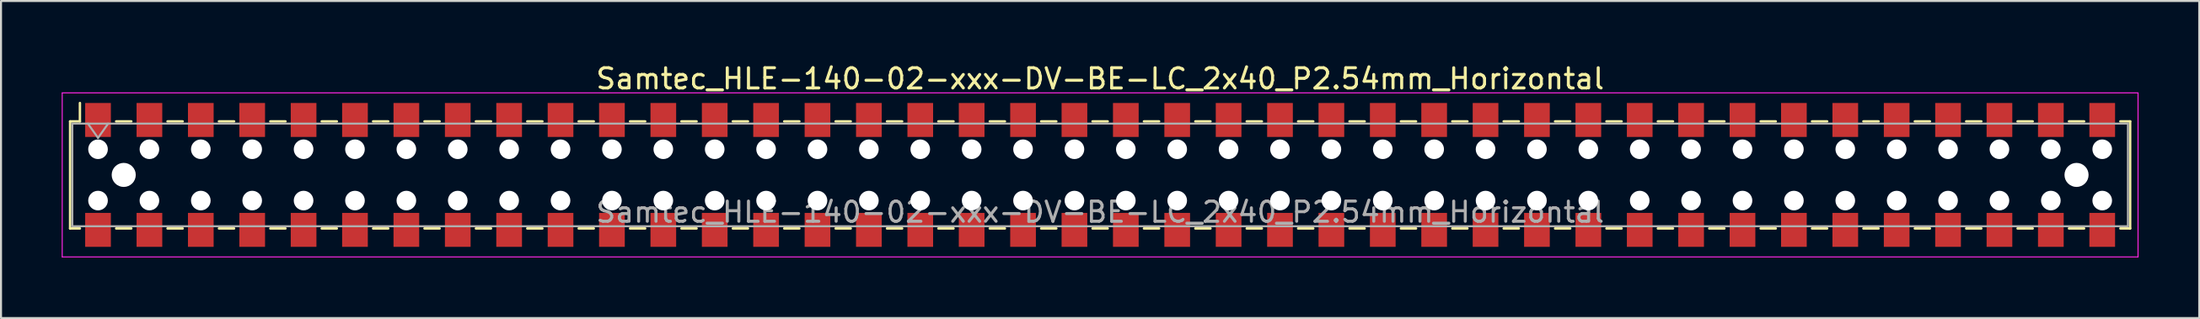
<source format=kicad_pcb>
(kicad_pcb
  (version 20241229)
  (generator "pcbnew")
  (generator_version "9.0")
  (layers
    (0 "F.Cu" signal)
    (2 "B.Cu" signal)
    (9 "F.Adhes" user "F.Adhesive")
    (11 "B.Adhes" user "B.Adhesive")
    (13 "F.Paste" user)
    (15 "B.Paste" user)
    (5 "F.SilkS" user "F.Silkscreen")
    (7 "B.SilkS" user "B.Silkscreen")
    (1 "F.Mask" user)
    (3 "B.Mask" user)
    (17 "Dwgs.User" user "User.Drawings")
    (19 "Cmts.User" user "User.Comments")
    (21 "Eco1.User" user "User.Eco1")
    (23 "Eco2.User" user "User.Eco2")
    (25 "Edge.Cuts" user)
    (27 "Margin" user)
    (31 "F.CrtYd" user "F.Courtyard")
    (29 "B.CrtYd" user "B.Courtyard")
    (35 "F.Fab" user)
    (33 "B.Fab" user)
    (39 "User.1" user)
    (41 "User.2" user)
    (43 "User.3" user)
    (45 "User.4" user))
  (footprint "Samtec_HLE-140-02-xxx-DV-BE-LC_2x40_P2.54mm_Horizontal"
    (layer "F.Cu")
    (at 51.325 5.608)
    (property "Reference" "Samtec_HLE-140-02-xxx-DV-BE-LC_2x40_P2.54mm_Horizontal" (at 0 -4.76 0) (layer "F.SilkS") (effects (font (size 1 1) (thickness 0.15))))
    (attr smd)
    (fp_line (start -50.91 -2.65) (end -50.91 2.65) (stroke (width 0.12) (type solid)) (layer "F.SilkS"))
    (fp_line (start -50.91 2.65) (end -50.425 2.65) (stroke (width 0.12) (type solid)) (layer "F.SilkS"))
    (fp_line (start -50.425 -3.56) (end -50.425 -2.65) (stroke (width 0.12) (type solid)) (layer "F.SilkS"))
    (fp_line (start -50.425 -2.65) (end -50.91 -2.65) (stroke (width 0.12) (type solid)) (layer "F.SilkS"))
    (fp_line (start -48.635 -2.65) (end -47.885 -2.65) (stroke (width 0.12) (type solid)) (layer "F.SilkS"))
    (fp_line (start -48.635 2.65) (end -47.885 2.65) (stroke (width 0.12) (type solid)) (layer "F.SilkS"))
    (fp_line (start -46.095 -2.65) (end -45.345 -2.65) (stroke (width 0.12) (type solid)) (layer "F.SilkS"))
    (fp_line (start -46.095 2.65) (end -45.345 2.65) (stroke (width 0.12) (type solid)) (layer "F.SilkS"))
    (fp_line (start -43.555 -2.65) (end -42.805 -2.65) (stroke (width 0.12) (type solid)) (layer "F.SilkS"))
    (fp_line (start -43.555 2.65) (end -42.805 2.65) (stroke (width 0.12) (type solid)) (layer "F.SilkS"))
    (fp_line (start -41.015 -2.65) (end -40.265 -2.65) (stroke (width 0.12) (type solid)) (layer "F.SilkS"))
    (fp_line (start -41.015 2.65) (end -40.265 2.65) (stroke (width 0.12) (type solid)) (layer "F.SilkS"))
    (fp_line (start -38.475 -2.65) (end -37.725 -2.65) (stroke (width 0.12) (type solid)) (layer "F.SilkS"))
    (fp_line (start -38.475 2.65) (end -37.725 2.65) (stroke (width 0.12) (type solid)) (layer "F.SilkS"))
    (fp_line (start -35.935 -2.65) (end -35.185 -2.65) (stroke (width 0.12) (type solid)) (layer "F.SilkS"))
    (fp_line (start -35.935 2.65) (end -35.185 2.65) (stroke (width 0.12) (type solid)) (layer "F.SilkS"))
    (fp_line (start -33.395 -2.65) (end -32.645 -2.65) (stroke (width 0.12) (type solid)) (layer "F.SilkS"))
    (fp_line (start -33.395 2.65) (end -32.645 2.65) (stroke (width 0.12) (type solid)) (layer "F.SilkS"))
    (fp_line (start -30.855 -2.65) (end -30.105 -2.65) (stroke (width 0.12) (type solid)) (layer "F.SilkS"))
    (fp_line (start -30.855 2.65) (end -30.105 2.65) (stroke (width 0.12) (type solid)) (layer "F.SilkS"))
    (fp_line (start -28.315 -2.65) (end -27.565 -2.65) (stroke (width 0.12) (type solid)) (layer "F.SilkS"))
    (fp_line (start -28.315 2.65) (end -27.565 2.65) (stroke (width 0.12) (type solid)) (layer "F.SilkS"))
    (fp_line (start -25.775 -2.65) (end -25.025 -2.65) (stroke (width 0.12) (type solid)) (layer "F.SilkS"))
    (fp_line (start -25.775 2.65) (end -25.025 2.65) (stroke (width 0.12) (type solid)) (layer "F.SilkS"))
    (fp_line (start -23.235 -2.65) (end -22.485 -2.65) (stroke (width 0.12) (type solid)) (layer "F.SilkS"))
    (fp_line (start -23.235 2.65) (end -22.485 2.65) (stroke (width 0.12) (type solid)) (layer "F.SilkS"))
    (fp_line (start -20.695 -2.65) (end -19.945 -2.65) (stroke (width 0.12) (type solid)) (layer "F.SilkS"))
    (fp_line (start -20.695 2.65) (end -19.945 2.65) (stroke (width 0.12) (type solid)) (layer "F.SilkS"))
    (fp_line (start -18.155 -2.65) (end -17.405 -2.65) (stroke (width 0.12) (type solid)) (layer "F.SilkS"))
    (fp_line (start -18.155 2.65) (end -17.405 2.65) (stroke (width 0.12) (type solid)) (layer "F.SilkS"))
    (fp_line (start -15.615 -2.65) (end -14.865 -2.65) (stroke (width 0.12) (type solid)) (layer "F.SilkS"))
    (fp_line (start -15.615 2.65) (end -14.865 2.65) (stroke (width 0.12) (type solid)) (layer "F.SilkS"))
    (fp_line (start -13.075 -2.65) (end -12.325 -2.65) (stroke (width 0.12) (type solid)) (layer "F.SilkS"))
    (fp_line (start -13.075 2.65) (end -12.325 2.65) (stroke (width 0.12) (type solid)) (layer "F.SilkS"))
    (fp_line (start -10.535 -2.65) (end -9.785 -2.65) (stroke (width 0.12) (type solid)) (layer "F.SilkS"))
    (fp_line (start -10.535 2.65) (end -9.785 2.65) (stroke (width 0.12) (type solid)) (layer "F.SilkS"))
    (fp_line (start -7.995 -2.65) (end -7.245 -2.65) (stroke (width 0.12) (type solid)) (layer "F.SilkS"))
    (fp_line (start -7.995 2.65) (end -7.245 2.65) (stroke (width 0.12) (type solid)) (layer "F.SilkS"))
    (fp_line (start -5.455 -2.65) (end -4.705 -2.65) (stroke (width 0.12) (type solid)) (layer "F.SilkS"))
    (fp_line (start -5.455 2.65) (end -4.705 2.65) (stroke (width 0.12) (type solid)) (layer "F.SilkS"))
    (fp_line (start -2.915 -2.65) (end -2.165 -2.65) (stroke (width 0.12) (type solid)) (layer "F.SilkS"))
    (fp_line (start -2.915 2.65) (end -2.165 2.65) (stroke (width 0.12) (type solid)) (layer "F.SilkS"))
    (fp_line (start -0.375 -2.65) (end 0.375 -2.65) (stroke (width 0.12) (type solid)) (layer "F.SilkS"))
    (fp_line (start -0.375 2.65) (end 0.375 2.65) (stroke (width 0.12) (type solid)) (layer "F.SilkS"))
    (fp_line (start 2.165 -2.65) (end 2.915 -2.65) (stroke (width 0.12) (type solid)) (layer "F.SilkS"))
    (fp_line (start 2.165 2.65) (end 2.915 2.65) (stroke (width 0.12) (type solid)) (layer "F.SilkS"))
    (fp_line (start 4.705 -2.65) (end 5.455 -2.65) (stroke (width 0.12) (type solid)) (layer "F.SilkS"))
    (fp_line (start 4.705 2.65) (end 5.455 2.65) (stroke (width 0.12) (type solid)) (layer "F.SilkS"))
    (fp_line (start 7.245 -2.65) (end 7.995 -2.65) (stroke (width 0.12) (type solid)) (layer "F.SilkS"))
    (fp_line (start 7.245 2.65) (end 7.995 2.65) (stroke (width 0.12) (type solid)) (layer "F.SilkS"))
    (fp_line (start 9.785 -2.65) (end 10.535 -2.65) (stroke (width 0.12) (type solid)) (layer "F.SilkS"))
    (fp_line (start 9.785 2.65) (end 10.535 2.65) (stroke (width 0.12) (type solid)) (layer "F.SilkS"))
    (fp_line (start 12.325 -2.65) (end 13.075 -2.65) (stroke (width 0.12) (type solid)) (layer "F.SilkS"))
    (fp_line (start 12.325 2.65) (end 13.075 2.65) (stroke (width 0.12) (type solid)) (layer "F.SilkS"))
    (fp_line (start 14.865 -2.65) (end 15.615 -2.65) (stroke (width 0.12) (type solid)) (layer "F.SilkS"))
    (fp_line (start 14.865 2.65) (end 15.615 2.65) (stroke (width 0.12) (type solid)) (layer "F.SilkS"))
    (fp_line (start 17.405 -2.65) (end 18.155 -2.65) (stroke (width 0.12) (type solid)) (layer "F.SilkS"))
    (fp_line (start 17.405 2.65) (end 18.155 2.65) (stroke (width 0.12) (type solid)) (layer "F.SilkS"))
    (fp_line (start 19.945 -2.65) (end 20.695 -2.65) (stroke (width 0.12) (type solid)) (layer "F.SilkS"))
    (fp_line (start 19.945 2.65) (end 20.695 2.65) (stroke (width 0.12) (type solid)) (layer "F.SilkS"))
    (fp_line (start 22.485 -2.65) (end 23.235 -2.65) (stroke (width 0.12) (type solid)) (layer "F.SilkS"))
    (fp_line (start 22.485 2.65) (end 23.235 2.65) (stroke (width 0.12) (type solid)) (layer "F.SilkS"))
    (fp_line (start 25.025 -2.65) (end 25.775 -2.65) (stroke (width 0.12) (type solid)) (layer "F.SilkS"))
    (fp_line (start 25.025 2.65) (end 25.775 2.65) (stroke (width 0.12) (type solid)) (layer "F.SilkS"))
    (fp_line (start 27.565 -2.65) (end 28.315 -2.65) (stroke (width 0.12) (type solid)) (layer "F.SilkS"))
    (fp_line (start 27.565 2.65) (end 28.315 2.65) (stroke (width 0.12) (type solid)) (layer "F.SilkS"))
    (fp_line (start 30.105 -2.65) (end 30.855 -2.65) (stroke (width 0.12) (type solid)) (layer "F.SilkS"))
    (fp_line (start 30.105 2.65) (end 30.855 2.65) (stroke (width 0.12) (type solid)) (layer "F.SilkS"))
    (fp_line (start 32.645 -2.65) (end 33.395 -2.65) (stroke (width 0.12) (type solid)) (layer "F.SilkS"))
    (fp_line (start 32.645 2.65) (end 33.395 2.65) (stroke (width 0.12) (type solid)) (layer "F.SilkS"))
    (fp_line (start 35.185 -2.65) (end 35.935 -2.65) (stroke (width 0.12) (type solid)) (layer "F.SilkS"))
    (fp_line (start 35.185 2.65) (end 35.935 2.65) (stroke (width 0.12) (type solid)) (layer "F.SilkS"))
    (fp_line (start 37.725 -2.65) (end 38.475 -2.65) (stroke (width 0.12) (type solid)) (layer "F.SilkS"))
    (fp_line (start 37.725 2.65) (end 38.475 2.65) (stroke (width 0.12) (type solid)) (layer "F.SilkS"))
    (fp_line (start 40.265 -2.65) (end 41.015 -2.65) (stroke (width 0.12) (type solid)) (layer "F.SilkS"))
    (fp_line (start 40.265 2.65) (end 41.015 2.65) (stroke (width 0.12) (type solid)) (layer "F.SilkS"))
    (fp_line (start 42.805 -2.65) (end 43.555 -2.65) (stroke (width 0.12) (type solid)) (layer "F.SilkS"))
    (fp_line (start 42.805 2.65) (end 43.555 2.65) (stroke (width 0.12) (type solid)) (layer "F.SilkS"))
    (fp_line (start 45.345 -2.65) (end 46.095 -2.65) (stroke (width 0.12) (type solid)) (layer "F.SilkS"))
    (fp_line (start 45.345 2.65) (end 46.095 2.65) (stroke (width 0.12) (type solid)) (layer "F.SilkS"))
    (fp_line (start 47.885 -2.65) (end 48.635 -2.65) (stroke (width 0.12) (type solid)) (layer "F.SilkS"))
    (fp_line (start 47.885 2.65) (end 48.635 2.65) (stroke (width 0.12) (type solid)) (layer "F.SilkS"))
    (fp_line (start 50.425 -2.65) (end 50.91 -2.65) (stroke (width 0.12) (type solid)) (layer "F.SilkS"))
    (fp_line (start 50.91 -2.65) (end 50.91 2.65) (stroke (width 0.12) (type solid)) (layer "F.SilkS"))
    (fp_line (start 50.91 2.65) (end 50.425 2.65) (stroke (width 0.12) (type solid)) (layer "F.SilkS"))
    (fp_line (start -51.3 -4.06) (end 51.3 -4.06) (stroke (width 0.05) (type solid)) (layer "F.CrtYd"))
    (fp_line (start -51.3 4.06) (end -51.3 -4.06) (stroke (width 0.05) (type solid)) (layer "F.CrtYd"))
    (fp_line (start 51.3 -4.06) (end 51.3 4.06) (stroke (width 0.05) (type solid)) (layer "F.CrtYd"))
    (fp_line (start 51.3 4.06) (end -51.3 4.06) (stroke (width 0.05) (type solid)) (layer "F.CrtYd"))
    (fp_line (start -50.8 -2.54) (end 50.8 -2.54) (stroke (width 0.1) (type solid)) (layer "F.Fab"))
    (fp_line (start -50.8 2.54) (end -50.8 -2.54) (stroke (width 0.1) (type solid)) (layer "F.Fab"))
    (fp_line (start -50.03 -2.54) (end -49.53 -1.833) (stroke (width 0.1) (type solid)) (layer "F.Fab"))
    (fp_line (start -49.53 -1.833) (end -49.03 -2.54) (stroke (width 0.1) (type solid)) (layer "F.Fab"))
    (fp_line (start 50.8 -2.54) (end 50.8 2.54) (stroke (width 0.1) (type solid)) (layer "F.Fab"))
    (fp_line (start 50.8 2.54) (end -50.8 2.54) (stroke (width 0.1) (type solid)) (layer "F.Fab"))
    (fp_text user "${REFERENCE}" (at 0 1.84 0) (layer "F.Fab") (effects (font (size 1 1) (thickness 0.15))))
    (pad "" np_thru_hole circle (at -49.53 -1.27) (size 0.97 0.97) (drill 0.97) (layers "*.Cu" "*.Mask"))
    (pad "" np_thru_hole circle (at -49.53 1.27) (size 0.97 0.97) (drill 0.97) (layers "*.Cu" "*.Mask"))
    (pad "" np_thru_hole circle (at -48.26 0) (size 1.19 1.19) (drill 1.19) (layers "*.Cu" "*.Mask"))
    (pad "" np_thru_hole circle (at -46.99 -1.27) (size 0.97 0.97) (drill 0.97) (layers "*.Cu" "*.Mask"))
    (pad "" np_thru_hole circle (at -46.99 1.27) (size 0.97 0.97) (drill 0.97) (layers "*.Cu" "*.Mask"))
    (pad "" np_thru_hole circle (at -44.45 -1.27) (size 0.97 0.97) (drill 0.97) (layers "*.Cu" "*.Mask"))
    (pad "" np_thru_hole circle (at -44.45 1.27) (size 0.97 0.97) (drill 0.97) (layers "*.Cu" "*.Mask"))
    (pad "" np_thru_hole circle (at -41.91 -1.27) (size 0.97 0.97) (drill 0.97) (layers "*.Cu" "*.Mask"))
    (pad "" np_thru_hole circle (at -41.91 1.27) (size 0.97 0.97) (drill 0.97) (layers "*.Cu" "*.Mask"))
    (pad "" np_thru_hole circle (at -39.37 -1.27) (size 0.97 0.97) (drill 0.97) (layers "*.Cu" "*.Mask"))
    (pad "" np_thru_hole circle (at -39.37 1.27) (size 0.97 0.97) (drill 0.97) (layers "*.Cu" "*.Mask"))
    (pad "" np_thru_hole circle (at -36.83 -1.27) (size 0.97 0.97) (drill 0.97) (layers "*.Cu" "*.Mask"))
    (pad "" np_thru_hole circle (at -36.83 1.27) (size 0.97 0.97) (drill 0.97) (layers "*.Cu" "*.Mask"))
    (pad "" np_thru_hole circle (at -34.29 -1.27) (size 0.97 0.97) (drill 0.97) (layers "*.Cu" "*.Mask"))
    (pad "" np_thru_hole circle (at -34.29 1.27) (size 0.97 0.97) (drill 0.97) (layers "*.Cu" "*.Mask"))
    (pad "" np_thru_hole circle (at -31.75 -1.27) (size 0.97 0.97) (drill 0.97) (layers "*.Cu" "*.Mask"))
    (pad "" np_thru_hole circle (at -31.75 1.27) (size 0.97 0.97) (drill 0.97) (layers "*.Cu" "*.Mask"))
    (pad "" np_thru_hole circle (at -29.21 -1.27) (size 0.97 0.97) (drill 0.97) (layers "*.Cu" "*.Mask"))
    (pad "" np_thru_hole circle (at -29.21 1.27) (size 0.97 0.97) (drill 0.97) (layers "*.Cu" "*.Mask"))
    (pad "" np_thru_hole circle (at -26.67 -1.27) (size 0.97 0.97) (drill 0.97) (layers "*.Cu" "*.Mask"))
    (pad "" np_thru_hole circle (at -26.67 1.27) (size 0.97 0.97) (drill 0.97) (layers "*.Cu" "*.Mask"))
    (pad "" np_thru_hole circle (at -24.13 -1.27) (size 0.97 0.97) (drill 0.97) (layers "*.Cu" "*.Mask"))
    (pad "" np_thru_hole circle (at -24.13 1.27) (size 0.97 0.97) (drill 0.97) (layers "*.Cu" "*.Mask"))
    (pad "" np_thru_hole circle (at -21.59 -1.27) (size 0.97 0.97) (drill 0.97) (layers "*.Cu" "*.Mask"))
    (pad "" np_thru_hole circle (at -21.59 1.27) (size 0.97 0.97) (drill 0.97) (layers "*.Cu" "*.Mask"))
    (pad "" np_thru_hole circle (at -19.05 -1.27) (size 0.97 0.97) (drill 0.97) (layers "*.Cu" "*.Mask"))
    (pad "" np_thru_hole circle (at -19.05 1.27) (size 0.97 0.97) (drill 0.97) (layers "*.Cu" "*.Mask"))
    (pad "" np_thru_hole circle (at -16.51 -1.27) (size 0.97 0.97) (drill 0.97) (layers "*.Cu" "*.Mask"))
    (pad "" np_thru_hole circle (at -16.51 1.27) (size 0.97 0.97) (drill 0.97) (layers "*.Cu" "*.Mask"))
    (pad "" np_thru_hole circle (at -13.97 -1.27) (size 0.97 0.97) (drill 0.97) (layers "*.Cu" "*.Mask"))
    (pad "" np_thru_hole circle (at -13.97 1.27) (size 0.97 0.97) (drill 0.97) (layers "*.Cu" "*.Mask"))
    (pad "" np_thru_hole circle (at -11.43 -1.27) (size 0.97 0.97) (drill 0.97) (layers "*.Cu" "*.Mask"))
    (pad "" np_thru_hole circle (at -11.43 1.27) (size 0.97 0.97) (drill 0.97) (layers "*.Cu" "*.Mask"))
    (pad "" np_thru_hole circle (at -8.89 -1.27) (size 0.97 0.97) (drill 0.97) (layers "*.Cu" "*.Mask"))
    (pad "" np_thru_hole circle (at -8.89 1.27) (size 0.97 0.97) (drill 0.97) (layers "*.Cu" "*.Mask"))
    (pad "" np_thru_hole circle (at -6.35 -1.27) (size 0.97 0.97) (drill 0.97) (layers "*.Cu" "*.Mask"))
    (pad "" np_thru_hole circle (at -6.35 1.27) (size 0.97 0.97) (drill 0.97) (layers "*.Cu" "*.Mask"))
    (pad "" np_thru_hole circle (at -3.81 -1.27) (size 0.97 0.97) (drill 0.97) (layers "*.Cu" "*.Mask"))
    (pad "" np_thru_hole circle (at -3.81 1.27) (size 0.97 0.97) (drill 0.97) (layers "*.Cu" "*.Mask"))
    (pad "" np_thru_hole circle (at -1.27 -1.27) (size 0.97 0.97) (drill 0.97) (layers "*.Cu" "*.Mask"))
    (pad "" np_thru_hole circle (at -1.27 1.27) (size 0.97 0.97) (drill 0.97) (layers "*.Cu" "*.Mask"))
    (pad "" np_thru_hole circle (at 1.27 -1.27) (size 0.97 0.97) (drill 0.97) (layers "*.Cu" "*.Mask"))
    (pad "" np_thru_hole circle (at 1.27 1.27) (size 0.97 0.97) (drill 0.97) (layers "*.Cu" "*.Mask"))
    (pad "" np_thru_hole circle (at 3.81 -1.27) (size 0.97 0.97) (drill 0.97) (layers "*.Cu" "*.Mask"))
    (pad "" np_thru_hole circle (at 3.81 1.27) (size 0.97 0.97) (drill 0.97) (layers "*.Cu" "*.Mask"))
    (pad "" np_thru_hole circle (at 6.35 -1.27) (size 0.97 0.97) (drill 0.97) (layers "*.Cu" "*.Mask"))
    (pad "" np_thru_hole circle (at 6.35 1.27) (size 0.97 0.97) (drill 0.97) (layers "*.Cu" "*.Mask"))
    (pad "" np_thru_hole circle (at 8.89 -1.27) (size 0.97 0.97) (drill 0.97) (layers "*.Cu" "*.Mask"))
    (pad "" np_thru_hole circle (at 8.89 1.27) (size 0.97 0.97) (drill 0.97) (layers "*.Cu" "*.Mask"))
    (pad "" np_thru_hole circle (at 11.43 -1.27) (size 0.97 0.97) (drill 0.97) (layers "*.Cu" "*.Mask"))
    (pad "" np_thru_hole circle (at 11.43 1.27) (size 0.97 0.97) (drill 0.97) (layers "*.Cu" "*.Mask"))
    (pad "" np_thru_hole circle (at 13.97 -1.27) (size 0.97 0.97) (drill 0.97) (layers "*.Cu" "*.Mask"))
    (pad "" np_thru_hole circle (at 13.97 1.27) (size 0.97 0.97) (drill 0.97) (layers "*.Cu" "*.Mask"))
    (pad "" np_thru_hole circle (at 16.51 -1.27) (size 0.97 0.97) (drill 0.97) (layers "*.Cu" "*.Mask"))
    (pad "" np_thru_hole circle (at 16.51 1.27) (size 0.97 0.97) (drill 0.97) (layers "*.Cu" "*.Mask"))
    (pad "" np_thru_hole circle (at 19.05 -1.27) (size 0.97 0.97) (drill 0.97) (layers "*.Cu" "*.Mask"))
    (pad "" np_thru_hole circle (at 19.05 1.27) (size 0.97 0.97) (drill 0.97) (layers "*.Cu" "*.Mask"))
    (pad "" np_thru_hole circle (at 21.59 -1.27) (size 0.97 0.97) (drill 0.97) (layers "*.Cu" "*.Mask"))
    (pad "" np_thru_hole circle (at 21.59 1.27) (size 0.97 0.97) (drill 0.97) (layers "*.Cu" "*.Mask"))
    (pad "" np_thru_hole circle (at 24.13 -1.27) (size 0.97 0.97) (drill 0.97) (layers "*.Cu" "*.Mask"))
    (pad "" np_thru_hole circle (at 24.13 1.27) (size 0.97 0.97) (drill 0.97) (layers "*.Cu" "*.Mask"))
    (pad "" np_thru_hole circle (at 26.67 -1.27) (size 0.97 0.97) (drill 0.97) (layers "*.Cu" "*.Mask"))
    (pad "" np_thru_hole circle (at 26.67 1.27) (size 0.97 0.97) (drill 0.97) (layers "*.Cu" "*.Mask"))
    (pad "" np_thru_hole circle (at 29.21 -1.27) (size 0.97 0.97) (drill 0.97) (layers "*.Cu" "*.Mask"))
    (pad "" np_thru_hole circle (at 29.21 1.27) (size 0.97 0.97) (drill 0.97) (layers "*.Cu" "*.Mask"))
    (pad "" np_thru_hole circle (at 31.75 -1.27) (size 0.97 0.97) (drill 0.97) (layers "*.Cu" "*.Mask"))
    (pad "" np_thru_hole circle (at 31.75 1.27) (size 0.97 0.97) (drill 0.97) (layers "*.Cu" "*.Mask"))
    (pad "" np_thru_hole circle (at 34.29 -1.27) (size 0.97 0.97) (drill 0.97) (layers "*.Cu" "*.Mask"))
    (pad "" np_thru_hole circle (at 34.29 1.27) (size 0.97 0.97) (drill 0.97) (layers "*.Cu" "*.Mask"))
    (pad "" np_thru_hole circle (at 36.83 -1.27) (size 0.97 0.97) (drill 0.97) (layers "*.Cu" "*.Mask"))
    (pad "" np_thru_hole circle (at 36.83 1.27) (size 0.97 0.97) (drill 0.97) (layers "*.Cu" "*.Mask"))
    (pad "" np_thru_hole circle (at 39.37 -1.27) (size 0.97 0.97) (drill 0.97) (layers "*.Cu" "*.Mask"))
    (pad "" np_thru_hole circle (at 39.37 1.27) (size 0.97 0.97) (drill 0.97) (layers "*.Cu" "*.Mask"))
    (pad "" np_thru_hole circle (at 41.91 -1.27) (size 0.97 0.97) (drill 0.97) (layers "*.Cu" "*.Mask"))
    (pad "" np_thru_hole circle (at 41.91 1.27) (size 0.97 0.97) (drill 0.97) (layers "*.Cu" "*.Mask"))
    (pad "" np_thru_hole circle (at 44.45 -1.27) (size 0.97 0.97) (drill 0.97) (layers "*.Cu" "*.Mask"))
    (pad "" np_thru_hole circle (at 44.45 1.27) (size 0.97 0.97) (drill 0.97) (layers "*.Cu" "*.Mask"))
    (pad "" np_thru_hole circle (at 46.99 -1.27) (size 0.97 0.97) (drill 0.97) (layers "*.Cu" "*.Mask"))
    (pad "" np_thru_hole circle (at 46.99 1.27) (size 0.97 0.97) (drill 0.97) (layers "*.Cu" "*.Mask"))
    (pad "" np_thru_hole circle (at 48.26 0) (size 1.19 1.19) (drill 1.19) (layers "*.Cu" "*.Mask"))
    (pad "" np_thru_hole circle (at 49.53 -1.27) (size 0.97 0.97) (drill 0.97) (layers "*.Cu" "*.Mask"))
    (pad "" np_thru_hole circle (at 49.53 1.27) (size 0.97 0.97) (drill 0.97) (layers "*.Cu" "*.Mask"))
    (pad "1" smd rect (at -49.53 -2.72) (size 1.27 1.68) (layers "F.Cu" "F.Mask" "F.Paste"))
    (pad "2" smd rect (at -49.53 2.72) (size 1.27 1.68) (layers "F.Cu" "F.Mask" "F.Paste"))
    (pad "3" smd rect (at -46.99 -2.72) (size 1.27 1.68) (layers "F.Cu" "F.Mask" "F.Paste"))
    (pad "4" smd rect (at -46.99 2.72) (size 1.27 1.68) (layers "F.Cu" "F.Mask" "F.Paste"))
    (pad "5" smd rect (at -44.45 -2.72) (size 1.27 1.68) (layers "F.Cu" "F.Mask" "F.Paste"))
    (pad "6" smd rect (at -44.45 2.72) (size 1.27 1.68) (layers "F.Cu" "F.Mask" "F.Paste"))
    (pad "7" smd rect (at -41.91 -2.72) (size 1.27 1.68) (layers "F.Cu" "F.Mask" "F.Paste"))
    (pad "8" smd rect (at -41.91 2.72) (size 1.27 1.68) (layers "F.Cu" "F.Mask" "F.Paste"))
    (pad "9" smd rect (at -39.37 -2.72) (size 1.27 1.68) (layers "F.Cu" "F.Mask" "F.Paste"))
    (pad "10" smd rect (at -39.37 2.72) (size 1.27 1.68) (layers "F.Cu" "F.Mask" "F.Paste"))
    (pad "11" smd rect (at -36.83 -2.72) (size 1.27 1.68) (layers "F.Cu" "F.Mask" "F.Paste"))
    (pad "12" smd rect (at -36.83 2.72) (size 1.27 1.68) (layers "F.Cu" "F.Mask" "F.Paste"))
    (pad "13" smd rect (at -34.29 -2.72) (size 1.27 1.68) (layers "F.Cu" "F.Mask" "F.Paste"))
    (pad "14" smd rect (at -34.29 2.72) (size 1.27 1.68) (layers "F.Cu" "F.Mask" "F.Paste"))
    (pad "15" smd rect (at -31.75 -2.72) (size 1.27 1.68) (layers "F.Cu" "F.Mask" "F.Paste"))
    (pad "16" smd rect (at -31.75 2.72) (size 1.27 1.68) (layers "F.Cu" "F.Mask" "F.Paste"))
    (pad "17" smd rect (at -29.21 -2.72) (size 1.27 1.68) (layers "F.Cu" "F.Mask" "F.Paste"))
    (pad "18" smd rect (at -29.21 2.72) (size 1.27 1.68) (layers "F.Cu" "F.Mask" "F.Paste"))
    (pad "19" smd rect (at -26.67 -2.72) (size 1.27 1.68) (layers "F.Cu" "F.Mask" "F.Paste"))
    (pad "20" smd rect (at -26.67 2.72) (size 1.27 1.68) (layers "F.Cu" "F.Mask" "F.Paste"))
    (pad "21" smd rect (at -24.13 -2.72) (size 1.27 1.68) (layers "F.Cu" "F.Mask" "F.Paste"))
    (pad "22" smd rect (at -24.13 2.72) (size 1.27 1.68) (layers "F.Cu" "F.Mask" "F.Paste"))
    (pad "23" smd rect (at -21.59 -2.72) (size 1.27 1.68) (layers "F.Cu" "F.Mask" "F.Paste"))
    (pad "24" smd rect (at -21.59 2.72) (size 1.27 1.68) (layers "F.Cu" "F.Mask" "F.Paste"))
    (pad "25" smd rect (at -19.05 -2.72) (size 1.27 1.68) (layers "F.Cu" "F.Mask" "F.Paste"))
    (pad "26" smd rect (at -19.05 2.72) (size 1.27 1.68) (layers "F.Cu" "F.Mask" "F.Paste"))
    (pad "27" smd rect (at -16.51 -2.72) (size 1.27 1.68) (layers "F.Cu" "F.Mask" "F.Paste"))
    (pad "28" smd rect (at -16.51 2.72) (size 1.27 1.68) (layers "F.Cu" "F.Mask" "F.Paste"))
    (pad "29" smd rect (at -13.97 -2.72) (size 1.27 1.68) (layers "F.Cu" "F.Mask" "F.Paste"))
    (pad "30" smd rect (at -13.97 2.72) (size 1.27 1.68) (layers "F.Cu" "F.Mask" "F.Paste"))
    (pad "31" smd rect (at -11.43 -2.72) (size 1.27 1.68) (layers "F.Cu" "F.Mask" "F.Paste"))
    (pad "32" smd rect (at -11.43 2.72) (size 1.27 1.68) (layers "F.Cu" "F.Mask" "F.Paste"))
    (pad "33" smd rect (at -8.89 -2.72) (size 1.27 1.68) (layers "F.Cu" "F.Mask" "F.Paste"))
    (pad "34" smd rect (at -8.89 2.72) (size 1.27 1.68) (layers "F.Cu" "F.Mask" "F.Paste"))
    (pad "35" smd rect (at -6.35 -2.72) (size 1.27 1.68) (layers "F.Cu" "F.Mask" "F.Paste"))
    (pad "36" smd rect (at -6.35 2.72) (size 1.27 1.68) (layers "F.Cu" "F.Mask" "F.Paste"))
    (pad "37" smd rect (at -3.81 -2.72) (size 1.27 1.68) (layers "F.Cu" "F.Mask" "F.Paste"))
    (pad "38" smd rect (at -3.81 2.72) (size 1.27 1.68) (layers "F.Cu" "F.Mask" "F.Paste"))
    (pad "39" smd rect (at -1.27 -2.72) (size 1.27 1.68) (layers "F.Cu" "F.Mask" "F.Paste"))
    (pad "40" smd rect (at -1.27 2.72) (size 1.27 1.68) (layers "F.Cu" "F.Mask" "F.Paste"))
    (pad "41" smd rect (at 1.27 -2.72) (size 1.27 1.68) (layers "F.Cu" "F.Mask" "F.Paste"))
    (pad "42" smd rect (at 1.27 2.72) (size 1.27 1.68) (layers "F.Cu" "F.Mask" "F.Paste"))
    (pad "43" smd rect (at 3.81 -2.72) (size 1.27 1.68) (layers "F.Cu" "F.Mask" "F.Paste"))
    (pad "44" smd rect (at 3.81 2.72) (size 1.27 1.68) (layers "F.Cu" "F.Mask" "F.Paste"))
    (pad "45" smd rect (at 6.35 -2.72) (size 1.27 1.68) (layers "F.Cu" "F.Mask" "F.Paste"))
    (pad "46" smd rect (at 6.35 2.72) (size 1.27 1.68) (layers "F.Cu" "F.Mask" "F.Paste"))
    (pad "47" smd rect (at 8.89 -2.72) (size 1.27 1.68) (layers "F.Cu" "F.Mask" "F.Paste"))
    (pad "48" smd rect (at 8.89 2.72) (size 1.27 1.68) (layers "F.Cu" "F.Mask" "F.Paste"))
    (pad "49" smd rect (at 11.43 -2.72) (size 1.27 1.68) (layers "F.Cu" "F.Mask" "F.Paste"))
    (pad "50" smd rect (at 11.43 2.72) (size 1.27 1.68) (layers "F.Cu" "F.Mask" "F.Paste"))
    (pad "51" smd rect (at 13.97 -2.72) (size 1.27 1.68) (layers "F.Cu" "F.Mask" "F.Paste"))
    (pad "52" smd rect (at 13.97 2.72) (size 1.27 1.68) (layers "F.Cu" "F.Mask" "F.Paste"))
    (pad "53" smd rect (at 16.51 -2.72) (size 1.27 1.68) (layers "F.Cu" "F.Mask" "F.Paste"))
    (pad "54" smd rect (at 16.51 2.72) (size 1.27 1.68) (layers "F.Cu" "F.Mask" "F.Paste"))
    (pad "55" smd rect (at 19.05 -2.72) (size 1.27 1.68) (layers "F.Cu" "F.Mask" "F.Paste"))
    (pad "56" smd rect (at 19.05 2.72) (size 1.27 1.68) (layers "F.Cu" "F.Mask" "F.Paste"))
    (pad "57" smd rect (at 21.59 -2.72) (size 1.27 1.68) (layers "F.Cu" "F.Mask" "F.Paste"))
    (pad "58" smd rect (at 21.59 2.72) (size 1.27 1.68) (layers "F.Cu" "F.Mask" "F.Paste"))
    (pad "59" smd rect (at 24.13 -2.72) (size 1.27 1.68) (layers "F.Cu" "F.Mask" "F.Paste"))
    (pad "60" smd rect (at 24.13 2.72) (size 1.27 1.68) (layers "F.Cu" "F.Mask" "F.Paste"))
    (pad "61" smd rect (at 26.67 -2.72) (size 1.27 1.68) (layers "F.Cu" "F.Mask" "F.Paste"))
    (pad "62" smd rect (at 26.67 2.72) (size 1.27 1.68) (layers "F.Cu" "F.Mask" "F.Paste"))
    (pad "63" smd rect (at 29.21 -2.72) (size 1.27 1.68) (layers "F.Cu" "F.Mask" "F.Paste"))
    (pad "64" smd rect (at 29.21 2.72) (size 1.27 1.68) (layers "F.Cu" "F.Mask" "F.Paste"))
    (pad "65" smd rect (at 31.75 -2.72) (size 1.27 1.68) (layers "F.Cu" "F.Mask" "F.Paste"))
    (pad "66" smd rect (at 31.75 2.72) (size 1.27 1.68) (layers "F.Cu" "F.Mask" "F.Paste"))
    (pad "67" smd rect (at 34.29 -2.72) (size 1.27 1.68) (layers "F.Cu" "F.Mask" "F.Paste"))
    (pad "68" smd rect (at 34.29 2.72) (size 1.27 1.68) (layers "F.Cu" "F.Mask" "F.Paste"))
    (pad "69" smd rect (at 36.83 -2.72) (size 1.27 1.68) (layers "F.Cu" "F.Mask" "F.Paste"))
    (pad "70" smd rect (at 36.83 2.72) (size 1.27 1.68) (layers "F.Cu" "F.Mask" "F.Paste"))
    (pad "71" smd rect (at 39.37 -2.72) (size 1.27 1.68) (layers "F.Cu" "F.Mask" "F.Paste"))
    (pad "72" smd rect (at 39.37 2.72) (size 1.27 1.68) (layers "F.Cu" "F.Mask" "F.Paste"))
    (pad "73" smd rect (at 41.91 -2.72) (size 1.27 1.68) (layers "F.Cu" "F.Mask" "F.Paste"))
    (pad "74" smd rect (at 41.91 2.72) (size 1.27 1.68) (layers "F.Cu" "F.Mask" "F.Paste"))
    (pad "75" smd rect (at 44.45 -2.72) (size 1.27 1.68) (layers "F.Cu" "F.Mask" "F.Paste"))
    (pad "76" smd rect (at 44.45 2.72) (size 1.27 1.68) (layers "F.Cu" "F.Mask" "F.Paste"))
    (pad "77" smd rect (at 46.99 -2.72) (size 1.27 1.68) (layers "F.Cu" "F.Mask" "F.Paste"))
    (pad "78" smd rect (at 46.99 2.72) (size 1.27 1.68) (layers "F.Cu" "F.Mask" "F.Paste"))
    (pad "79" smd rect (at 49.53 -2.72) (size 1.27 1.68) (layers "F.Cu" "F.Mask" "F.Paste"))
    (pad "80" smd rect (at 49.53 2.72) (size 1.27 1.68) (layers "F.Cu" "F.Mask" "F.Paste")))
  (gr_rect
    (start -3 -3)
    (end 105.65 12.693)
    (stroke (width 0.1) (type default))
    (fill no)
    (layer "Edge.Cuts")))
</source>
